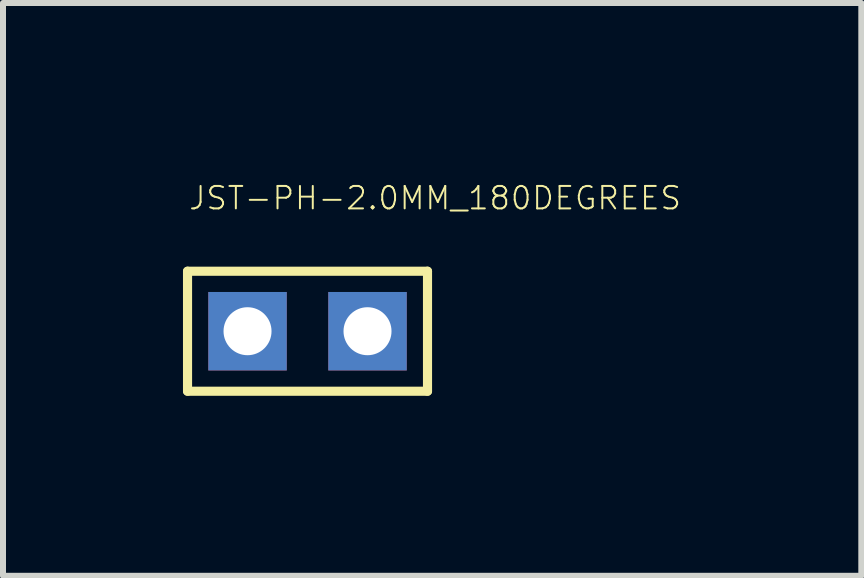
<source format=kicad_pcb>
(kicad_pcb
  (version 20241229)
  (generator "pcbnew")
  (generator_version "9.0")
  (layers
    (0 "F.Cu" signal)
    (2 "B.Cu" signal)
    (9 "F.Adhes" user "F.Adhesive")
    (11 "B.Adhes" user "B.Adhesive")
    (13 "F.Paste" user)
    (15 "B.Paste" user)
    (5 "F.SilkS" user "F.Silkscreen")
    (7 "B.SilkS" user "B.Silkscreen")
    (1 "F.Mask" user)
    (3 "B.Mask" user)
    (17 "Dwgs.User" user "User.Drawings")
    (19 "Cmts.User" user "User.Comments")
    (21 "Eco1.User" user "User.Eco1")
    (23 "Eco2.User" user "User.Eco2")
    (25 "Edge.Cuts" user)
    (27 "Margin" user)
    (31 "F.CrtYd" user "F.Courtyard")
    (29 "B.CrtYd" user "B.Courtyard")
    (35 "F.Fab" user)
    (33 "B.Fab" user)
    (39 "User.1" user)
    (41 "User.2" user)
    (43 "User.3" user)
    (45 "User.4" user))
  (footprint "JST-PH-2.0MM_180DEGREES"
    (layer "F.Cu")
    (at 1.076 2.471)
    (property "Reference" "JST-PH-2.0MM_180DEGREES" (at -1 -2 0) (unlocked yes) (layer "F.SilkS") (effects (font (size 0.374 0.374) (thickness 0.033)) (justify left bottom)))
    (fp_line (start -1 -1) (end 3 -1) (stroke (width 0.152) (type solid)) (layer "F.SilkS"))
    (fp_line (start -1 1) (end -1 -1) (stroke (width 0.152) (type solid)) (layer "F.SilkS"))
    (fp_line (start 3 -1) (end 3 1) (stroke (width 0.152) (type solid)) (layer "F.SilkS"))
    (fp_line (start 3 1) (end -1 1) (stroke (width 0.152) (type solid)) (layer "F.SilkS"))
    (pad "1" thru_hole rect (at 0 0) (size 1.308 1.308) (drill 0.8) (layers "*.Cu" "*.Mask"))
    (pad "2" thru_hole rect (at 2 0) (size 1.308 1.308) (drill 0.8) (layers "*.Cu" "*.Mask")))
  (gr_rect
    (start -3 -3)
    (end 11.307 6.548)
    (stroke (width 0.1) (type default))
    (fill no)
    (layer "Edge.Cuts")))
</source>
